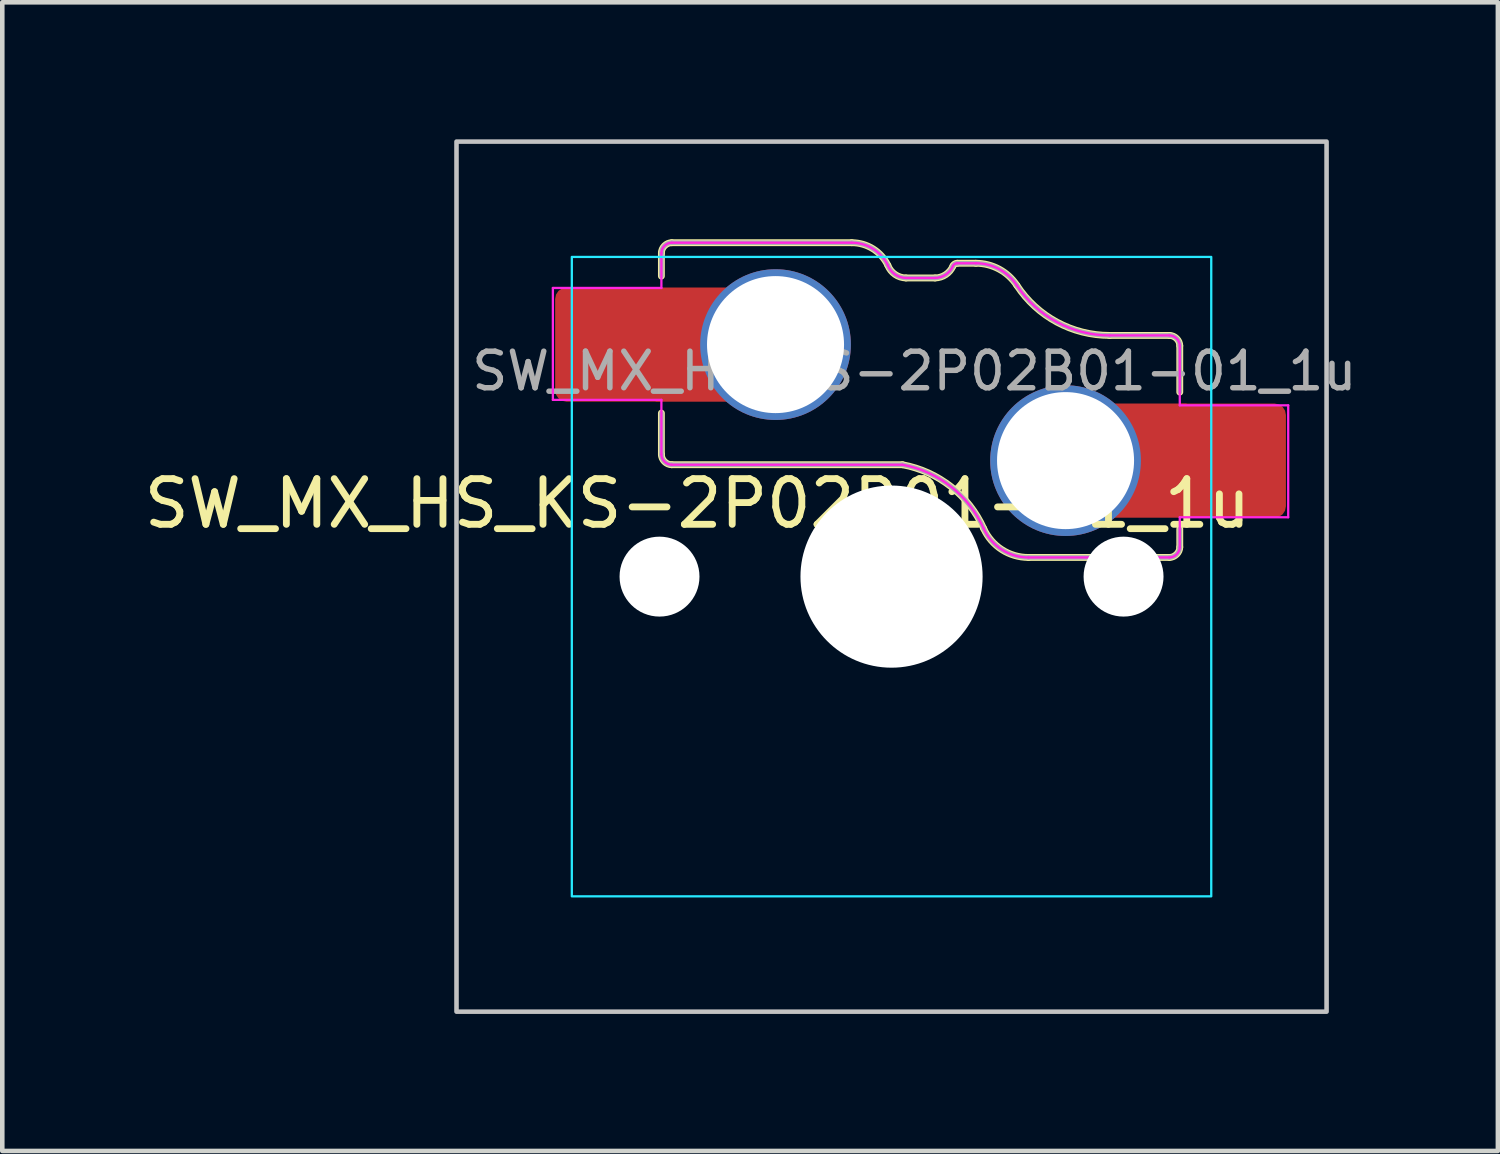
<source format=kicad_pcb>
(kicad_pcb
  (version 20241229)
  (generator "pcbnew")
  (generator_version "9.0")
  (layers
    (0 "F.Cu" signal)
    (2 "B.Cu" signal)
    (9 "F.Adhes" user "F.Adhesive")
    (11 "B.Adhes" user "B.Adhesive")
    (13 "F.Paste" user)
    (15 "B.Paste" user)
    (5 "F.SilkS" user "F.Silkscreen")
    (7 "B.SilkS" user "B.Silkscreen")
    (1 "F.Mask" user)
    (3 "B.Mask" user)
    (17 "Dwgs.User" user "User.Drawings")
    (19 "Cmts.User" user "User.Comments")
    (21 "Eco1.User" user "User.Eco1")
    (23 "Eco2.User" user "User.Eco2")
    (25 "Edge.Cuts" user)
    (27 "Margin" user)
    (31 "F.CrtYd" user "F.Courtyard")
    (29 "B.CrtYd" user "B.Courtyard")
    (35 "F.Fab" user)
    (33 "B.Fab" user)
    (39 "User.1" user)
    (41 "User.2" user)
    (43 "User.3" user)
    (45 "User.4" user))
  (footprint "SW_MX_HS_KS-2P02B01-01_1u"
    (layer "F.Cu")
    (at 16.47 9.575)
    (property "Reference" "SW_MX_HS_KS-2P02B01-01_1u" (at -4.25 -1.6 0) (layer "F.SilkS") (effects (font (size 1 1) (thickness 0.15))))
    (attr smd)
    (fp_line (start -5.039 -7.086) (end -5.039 -6.58) (stroke (width 0.15) (type solid)) (layer "F.SilkS"))
    (fp_line (start -5.039 -2.675) (end -5.039 -3.58) (stroke (width 0.15) (type solid)) (layer "F.SilkS"))
    (fp_line (start -4.814 -2.45) (end 0.239 -2.45) (stroke (width 0.15) (type solid)) (layer "F.SilkS"))
    (fp_line (start -0.871 -7.311) (end -4.814 -7.311) (stroke (width 0.15) (type solid)) (layer "F.SilkS"))
    (fp_line (start 0.954 -6.539) (end 0.316 -6.539) (stroke (width 0.15) (type solid)) (layer "F.SilkS"))
    (fp_line (start 1.437 -6.861) (end 1.846 -6.861) (stroke (width 0.15) (type solid)) (layer "F.SilkS"))
    (fp_line (start 2.997 -0.42) (end 6.086 -0.42) (stroke (width 0.15) (type solid)) (layer "F.SilkS"))
    (fp_line (start 6.086 -5.281) (end 4.775 -5.281) (stroke (width 0.15) (type solid)) (layer "F.SilkS"))
    (fp_line (start 6.311 -5.056) (end 6.311 -4.04) (stroke (width 0.15) (type solid)) (layer "F.SilkS"))
    (fp_line (start 6.311 -0.645) (end 6.311 -1.04) (stroke (width 0.15) (type solid)) (layer "F.SilkS"))
    (fp_arc (start -0.870659 -7.311006) (mid -0.404802 -7.177082) (end -0.081188 -6.816204) (stroke (width 0.15) (type solid)) (layer "F.SilkS"))
    (fp_arc (start 0.239066 -2.449741) (mid 1.301345 -1.970299) (end 2.018091 -1.051291) (stroke (width 0.15) (type solid)) (layer "F.SilkS"))
    (fp_arc (start 0.316284 -6.539103) (mid 0.075462 -6.617285) (end -0.081188 -6.816204) (stroke (width 0.15) (type solid)) (layer "F.SilkS"))
    (fp_arc (start 1.344869 -6.800882) (mid 1.1877 -6.612605) (end 0.953718 -6.539103) (stroke (width 0.15) (type solid)) (layer "F.SilkS"))
    (fp_arc (start 1.344869 -6.800882) (mid 1.381745 -6.844643) (end 1.436576 -6.861005) (stroke (width 0.15) (type solid)) (layer "F.SilkS"))
    (fp_arc (start 1.845965 -6.860996) (mid 2.356288 -6.732106) (end 2.744226 -6.376372) (stroke (width 0.15) (type solid)) (layer "F.SilkS"))
    (fp_arc (start 2.997274 -0.419747) (mid 2.414853 -0.591219) (end 2.018265 -1.05093) (stroke (width 0.15) (type solid)) (layer "F.SilkS"))
    (fp_arc (start 4.774564 -5.281006) (mid 3.62108 -5.572312) (end 2.744226 -6.376372) (stroke (width 0.15) (type solid)) (layer "F.SilkS"))
    (fp_curve (pts (xy -5.039 -2.675) (xy -5.039 -2.557) (xy -4.932 -2.45) (xy -4.814 -2.45)) (stroke (width 0.15) (type solid)) (layer "F.SilkS"))
    (fp_curve (pts (xy -4.814 -7.311) (xy -4.932 -7.311) (xy -5.039 -7.204) (xy -5.039 -7.086)) (stroke (width 0.15) (type solid)) (layer "F.SilkS"))
    (fp_curve (pts (xy 6.086 -0.42) (xy 6.203 -0.42) (xy 6.311 -0.527) (xy 6.311 -0.645)) (stroke (width 0.15) (type solid)) (layer "F.SilkS"))
    (fp_curve (pts (xy 6.311 -5.056) (xy 6.311 -5.174) (xy 6.203 -5.281) (xy 6.086 -5.281)) (stroke (width 0.15) (type solid)) (layer "F.SilkS"))
    (fp_rect (start -9.525 -9.525) (end 9.525 9.525) (stroke (width 0.1) (type default)) (fill no) (layer "Dwgs.User"))
    (fp_line (start -7 -6.5) (end -7 6.5) (stroke (width 0.05) (type solid)) (layer "Eco2.User"))
    (fp_line (start -6.5 7) (end 6.5 7) (stroke (width 0.05) (type solid)) (layer "Eco2.User"))
    (fp_line (start 6.5 -7) (end -6.5 -7) (stroke (width 0.05) (type solid)) (layer "Eco2.User"))
    (fp_line (start 7 6.5) (end 7 -6.5) (stroke (width 0.05) (type solid)) (layer "Eco2.User"))
    (fp_arc (start -7 -6.5) (mid -6.853553 -6.853553) (end -6.5 -7) (stroke (width 0.05) (type solid)) (layer "Eco2.User"))
    (fp_arc (start -6.497236 6.998884) (mid -6.850789 6.852437) (end -6.997236 6.498884) (stroke (width 0.05) (type solid)) (layer "Eco2.User"))
    (fp_arc (start 6.5 -7) (mid 6.853553 -6.853553) (end 7 -6.5) (stroke (width 0.05) (type solid)) (layer "Eco2.User"))
    (fp_arc (start 7 6.5) (mid 6.853553 6.853553) (end 6.5 7) (stroke (width 0.05) (type solid)) (layer "Eco2.User"))
    (fp_rect (start -7 -7) (end 7 7) (stroke (width 0.05) (type default)) (fill no) (layer "B.CrtYd"))
    (fp_line (start -7.415 -6.32) (end -5.039 -6.32) (stroke (width 0.05) (type solid)) (layer "F.CrtYd"))
    (fp_line (start -7.415 -3.87) (end -7.415 -6.32) (stroke (width 0.05) (type solid)) (layer "F.CrtYd"))
    (fp_line (start -5.039 -7.086) (end -5.039 -6.32) (stroke (width 0.05) (type solid)) (layer "F.CrtYd"))
    (fp_line (start -5.039 -3.87) (end -7.415 -3.87) (stroke (width 0.05) (type solid)) (layer "F.CrtYd"))
    (fp_line (start -5.039 -2.675) (end -5.039 -3.87) (stroke (width 0.05) (type solid)) (layer "F.CrtYd"))
    (fp_line (start -4.814 -2.45) (end 0.239 -2.45) (stroke (width 0.05) (type solid)) (layer "F.CrtYd"))
    (fp_line (start -0.871 -7.311) (end -4.814 -7.311) (stroke (width 0.05) (type solid)) (layer "F.CrtYd"))
    (fp_line (start 0.954 -6.539) (end 0.316 -6.539) (stroke (width 0.05) (type solid)) (layer "F.CrtYd"))
    (fp_line (start 1.437 -6.861) (end 1.846 -6.861) (stroke (width 0.05) (type solid)) (layer "F.CrtYd"))
    (fp_line (start 2.997 -0.42) (end 6.086 -0.42) (stroke (width 0.05) (type solid)) (layer "F.CrtYd"))
    (fp_line (start 6.086 -5.281) (end 4.775 -5.281) (stroke (width 0.05) (type solid)) (layer "F.CrtYd"))
    (fp_line (start 6.311 -5.056) (end 6.311 -3.75) (stroke (width 0.05) (type solid)) (layer "F.CrtYd"))
    (fp_line (start 6.311 -3.75) (end 8.685 -3.75) (stroke (width 0.05) (type solid)) (layer "F.CrtYd"))
    (fp_line (start 6.311 -0.645) (end 6.311 -1.3) (stroke (width 0.05) (type solid)) (layer "F.CrtYd"))
    (fp_line (start 8.685 -3.75) (end 8.685 -1.3) (stroke (width 0.05) (type solid)) (layer "F.CrtYd"))
    (fp_line (start 8.685 -1.3) (end 6.311 -1.3) (stroke (width 0.05) (type solid)) (layer "F.CrtYd"))
    (fp_arc (start -0.870659 -7.311006) (mid -0.404802 -7.177082) (end -0.081188 -6.816204) (stroke (width 0.05) (type solid)) (layer "F.CrtYd"))
    (fp_arc (start 0.239066 -2.449741) (mid 1.301345 -1.970299) (end 2.018091 -1.051291) (stroke (width 0.05) (type solid)) (layer "F.CrtYd"))
    (fp_arc (start 0.316284 -6.539103) (mid 0.075462 -6.617285) (end -0.081188 -6.816204) (stroke (width 0.05) (type solid)) (layer "F.CrtYd"))
    (fp_arc (start 1.344869 -6.800882) (mid 1.1877 -6.612605) (end 0.953718 -6.539103) (stroke (width 0.05) (type solid)) (layer "F.CrtYd"))
    (fp_arc (start 1.344869 -6.800882) (mid 1.381745 -6.844643) (end 1.436576 -6.861005) (stroke (width 0.05) (type solid)) (layer "F.CrtYd"))
    (fp_arc (start 1.845965 -6.860996) (mid 2.356288 -6.732106) (end 2.744226 -6.376372) (stroke (width 0.05) (type solid)) (layer "F.CrtYd"))
    (fp_arc (start 2.997274 -0.419747) (mid 2.414853 -0.591219) (end 2.018265 -1.05093) (stroke (width 0.05) (type solid)) (layer "F.CrtYd"))
    (fp_arc (start 4.774564 -5.281006) (mid 3.62108 -5.572312) (end 2.744226 -6.376372) (stroke (width 0.05) (type solid)) (layer "F.CrtYd"))
    (fp_curve (pts (xy -5.039 -2.675) (xy -5.039 -2.557) (xy -4.932 -2.45) (xy -4.814 -2.45)) (stroke (width 0.05) (type solid)) (layer "F.CrtYd"))
    (fp_curve (pts (xy -4.814 -7.311) (xy -4.932 -7.311) (xy -5.039 -7.204) (xy -5.039 -7.086)) (stroke (width 0.05) (type solid)) (layer "F.CrtYd"))
    (fp_curve (pts (xy 6.086 -0.42) (xy 6.203 -0.42) (xy 6.311 -0.527) (xy 6.311 -0.645)) (stroke (width 0.05) (type solid)) (layer "F.CrtYd"))
    (fp_curve (pts (xy 6.311 -5.056) (xy 6.311 -5.174) (xy 6.203 -5.281) (xy 6.086 -5.281)) (stroke (width 0.05) (type solid)) (layer "F.CrtYd"))
    (fp_line (start -5.039 -7.086) (end -5.039 -6.58) (stroke (width 0.1) (type solid)) (layer "F.Fab"))
    (fp_line (start -5.039 -2.675) (end -5.039 -3.58) (stroke (width 0.1) (type solid)) (layer "F.Fab"))
    (fp_line (start -4.814 -2.45) (end 0.239 -2.45) (stroke (width 0.1) (type solid)) (layer "F.Fab"))
    (fp_line (start -0.871 -7.311) (end -4.814 -7.311) (stroke (width 0.1) (type solid)) (layer "F.Fab"))
    (fp_line (start 0.954 -6.539) (end 0.316 -6.539) (stroke (width 0.1) (type solid)) (layer "F.Fab"))
    (fp_line (start 1.437 -6.861) (end 1.846 -6.861) (stroke (width 0.1) (type solid)) (layer "F.Fab"))
    (fp_line (start 2.997 -0.42) (end 6.086 -0.42) (stroke (width 0.1) (type solid)) (layer "F.Fab"))
    (fp_line (start 6.086 -5.281) (end 4.775 -5.281) (stroke (width 0.1) (type solid)) (layer "F.Fab"))
    (fp_line (start 6.311 -5.056) (end 6.311 -4.04) (stroke (width 0.1) (type solid)) (layer "F.Fab"))
    (fp_line (start 6.311 -0.645) (end 6.311 -1.04) (stroke (width 0.1) (type solid)) (layer "F.Fab"))
    (fp_arc (start -0.870659 -7.311006) (mid -0.404802 -7.177082) (end -0.081188 -6.816204) (stroke (width 0.1) (type solid)) (layer "F.Fab"))
    (fp_arc (start 0.239066 -2.449741) (mid 1.301345 -1.970299) (end 2.018091 -1.051291) (stroke (width 0.1) (type solid)) (layer "F.Fab"))
    (fp_arc (start 0.316284 -6.539103) (mid 0.075462 -6.617285) (end -0.081188 -6.816204) (stroke (width 0.1) (type solid)) (layer "F.Fab"))
    (fp_arc (start 1.344869 -6.800882) (mid 1.1877 -6.612605) (end 0.953718 -6.539103) (stroke (width 0.1) (type solid)) (layer "F.Fab"))
    (fp_arc (start 1.344869 -6.800882) (mid 1.381745 -6.844643) (end 1.436576 -6.861005) (stroke (width 0.1) (type solid)) (layer "F.Fab"))
    (fp_arc (start 1.845965 -6.860996) (mid 2.356288 -6.732106) (end 2.744226 -6.376372) (stroke (width 0.1) (type solid)) (layer "F.Fab"))
    (fp_arc (start 2.997274 -0.419747) (mid 2.414853 -0.591219) (end 2.018265 -1.05093) (stroke (width 0.1) (type solid)) (layer "F.Fab"))
    (fp_arc (start 4.774564 -5.281006) (mid 3.62108 -5.572312) (end 2.744226 -6.376372) (stroke (width 0.1) (type solid)) (layer "F.Fab"))
    (fp_curve (pts (xy -5.039 -2.675) (xy -5.039 -2.557) (xy -4.932 -2.45) (xy -4.814 -2.45)) (stroke (width 0.1) (type solid)) (layer "F.Fab"))
    (fp_curve (pts (xy -4.814 -7.311) (xy -4.932 -7.311) (xy -5.039 -7.204) (xy -5.039 -7.086)) (stroke (width 0.1) (type solid)) (layer "F.Fab"))
    (fp_curve (pts (xy 6.086 -0.42) (xy 6.203 -0.42) (xy 6.311 -0.527) (xy 6.311 -0.645)) (stroke (width 0.1) (type solid)) (layer "F.Fab"))
    (fp_curve (pts (xy 6.311 -5.056) (xy 6.311 -5.174) (xy 6.203 -5.281) (xy 6.086 -5.281)) (stroke (width 0.1) (type solid)) (layer "F.Fab"))
    (fp_text user "${REFERENCE}" (at 0.5 -4.5 0) (layer "F.Fab") (effects (font (size 0.8 0.8) (thickness 0.12))))
    (pad "" np_thru_hole circle (at -5.08 0) (size 1.75 1.75) (drill 1.75) (layers "*.Cu" "*.Mask"))
    (pad "" np_thru_hole circle (at 0 0) (size 3.988 3.988) (drill 3.988) (layers "*.Cu" "*.Mask"))
    (pad "" np_thru_hole circle (at 5.08 0) (size 1.75 1.75) (drill 1.75) (layers "*.Cu" "*.Mask"))
    (pad "1" thru_hole circle (at 3.81 -2.54) (size 3.3 3.3) (drill 3) (layers "*.Cu" "*.Mask"))
    (pad "1" smd rect (at 5.635 -2.54 180) (size 1.65 2.5) (layers "F.Cu"))
    (pad "1" smd roundrect (at 7.36 -2.54) (size 2.55 2.5) (layers "F.Cu" "F.Mask" "F.Paste") (roundrect_rratio 0.1))
    (pad "2" smd roundrect (at -6.09 -5.08) (size 2.55 2.5) (layers "F.Cu" "F.Mask" "F.Paste") (roundrect_rratio 0.1))
    (pad "2" smd rect (at -4.34 -5.08) (size 1.65 2.5) (layers "F.Cu"))
    (pad "2" thru_hole circle (at -2.54 -5.08) (size 3.3 3.3) (drill 3) (layers "*.Cu" "*.Mask")))
  (gr_rect
    (start -3 -3)
    (end 29.746 22.15)
    (stroke (width 0.1) (type default))
    (fill no)
    (layer "Edge.Cuts")))
</source>
